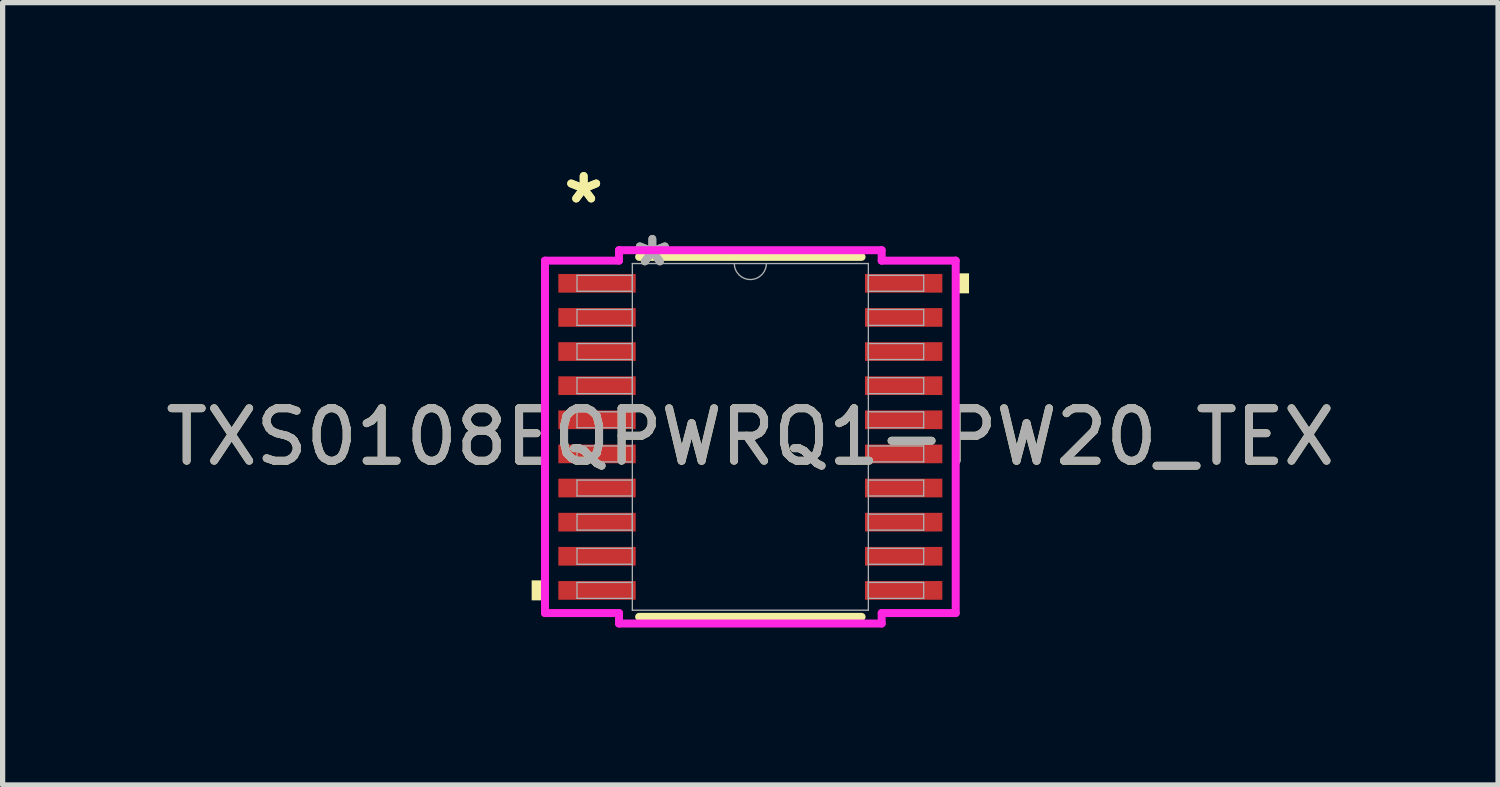
<source format=kicad_pcb>
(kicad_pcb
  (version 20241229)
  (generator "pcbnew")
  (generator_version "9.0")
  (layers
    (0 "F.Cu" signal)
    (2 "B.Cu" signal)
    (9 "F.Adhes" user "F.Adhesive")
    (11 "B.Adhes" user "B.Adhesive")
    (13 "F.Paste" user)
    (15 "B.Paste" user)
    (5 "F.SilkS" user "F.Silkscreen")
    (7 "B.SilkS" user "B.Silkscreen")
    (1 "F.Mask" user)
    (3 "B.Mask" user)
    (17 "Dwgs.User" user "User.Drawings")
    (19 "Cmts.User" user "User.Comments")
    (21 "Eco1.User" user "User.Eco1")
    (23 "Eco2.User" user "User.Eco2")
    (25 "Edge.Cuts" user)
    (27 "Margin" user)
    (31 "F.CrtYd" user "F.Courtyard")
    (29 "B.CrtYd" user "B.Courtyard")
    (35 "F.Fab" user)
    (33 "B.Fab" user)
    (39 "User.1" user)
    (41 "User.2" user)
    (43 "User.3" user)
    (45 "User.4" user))
  (footprint "TXS0108EQPWRQ1-PW20_TEX"
    (layer "F.Cu")
    (at 11.244 5.272)
    (property "Reference" "TXS0108EQPWRQ1-PW20_TEX" (at 0 0 0) (unlocked yes) (layer "F.SilkS") (effects (font (size 1 1) (thickness 0.15))))
    (attr smd)
    (fp_line (start -2.119 3.429) (end 2.119 3.429) (stroke (width 0.152) (type solid)) (layer "F.SilkS"))
    (fp_line (start 2.119 -3.429) (end -2.119 -3.429) (stroke (width 0.152) (type solid)) (layer "F.SilkS"))
    (fp_poly (pts (xy -4.166 2.734) (xy -4.166 3.115) (xy -3.912 3.115) (xy -3.912 2.734)) (stroke (width 0) (type solid)) (fill yes) (layer "F.SilkS"))
    (fp_poly (pts (xy 4.166 -3.115) (xy 4.166 -2.734) (xy 3.912 -2.734) (xy 3.912 -3.115)) (stroke (width 0) (type solid)) (fill yes) (layer "F.SilkS"))
    (fp_line (start -3.912 -3.357) (end -2.502 -3.357) (stroke (width 0.152) (type solid)) (layer "F.CrtYd"))
    (fp_line (start -3.912 3.357) (end -3.912 -3.357) (stroke (width 0.152) (type solid)) (layer "F.CrtYd"))
    (fp_line (start -3.912 3.357) (end -2.502 3.357) (stroke (width 0.152) (type solid)) (layer "F.CrtYd"))
    (fp_line (start -2.502 -3.556) (end 2.502 -3.556) (stroke (width 0.152) (type solid)) (layer "F.CrtYd"))
    (fp_line (start -2.502 -3.357) (end -2.502 -3.556) (stroke (width 0.152) (type solid)) (layer "F.CrtYd"))
    (fp_line (start -2.502 3.556) (end -2.502 3.357) (stroke (width 0.152) (type solid)) (layer "F.CrtYd"))
    (fp_line (start 2.502 -3.556) (end 2.502 -3.357) (stroke (width 0.152) (type solid)) (layer "F.CrtYd"))
    (fp_line (start 2.502 3.357) (end 2.502 3.556) (stroke (width 0.152) (type solid)) (layer "F.CrtYd"))
    (fp_line (start 2.502 3.556) (end -2.502 3.556) (stroke (width 0.152) (type solid)) (layer "F.CrtYd"))
    (fp_line (start 3.912 -3.357) (end 2.502 -3.357) (stroke (width 0.152) (type solid)) (layer "F.CrtYd"))
    (fp_line (start 3.912 -3.357) (end 3.912 3.357) (stroke (width 0.152) (type solid)) (layer "F.CrtYd"))
    (fp_line (start 3.912 3.357) (end 2.502 3.357) (stroke (width 0.152) (type solid)) (layer "F.CrtYd"))
    (fp_line (start -3.302 -3.077) (end -3.302 -2.773) (stroke (width 0.025) (type solid)) (layer "F.Fab"))
    (fp_line (start -3.302 -2.773) (end -2.248 -2.773) (stroke (width 0.025) (type solid)) (layer "F.Fab"))
    (fp_line (start -3.302 -2.427) (end -3.302 -2.123) (stroke (width 0.025) (type solid)) (layer "F.Fab"))
    (fp_line (start -3.302 -2.123) (end -2.248 -2.123) (stroke (width 0.025) (type solid)) (layer "F.Fab"))
    (fp_line (start -3.302 -1.777) (end -3.302 -1.473) (stroke (width 0.025) (type solid)) (layer "F.Fab"))
    (fp_line (start -3.302 -1.473) (end -2.248 -1.473) (stroke (width 0.025) (type solid)) (layer "F.Fab"))
    (fp_line (start -3.302 -1.127) (end -3.302 -0.823) (stroke (width 0.025) (type solid)) (layer "F.Fab"))
    (fp_line (start -3.302 -0.823) (end -2.248 -0.823) (stroke (width 0.025) (type solid)) (layer "F.Fab"))
    (fp_line (start -3.302 -0.477) (end -3.302 -0.173) (stroke (width 0.025) (type solid)) (layer "F.Fab"))
    (fp_line (start -3.302 -0.173) (end -2.248 -0.173) (stroke (width 0.025) (type solid)) (layer "F.Fab"))
    (fp_line (start -3.302 0.173) (end -3.302 0.477) (stroke (width 0.025) (type solid)) (layer "F.Fab"))
    (fp_line (start -3.302 0.477) (end -2.248 0.477) (stroke (width 0.025) (type solid)) (layer "F.Fab"))
    (fp_line (start -3.302 0.823) (end -3.302 1.127) (stroke (width 0.025) (type solid)) (layer "F.Fab"))
    (fp_line (start -3.302 1.127) (end -2.248 1.127) (stroke (width 0.025) (type solid)) (layer "F.Fab"))
    (fp_line (start -3.302 1.473) (end -3.302 1.777) (stroke (width 0.025) (type solid)) (layer "F.Fab"))
    (fp_line (start -3.302 1.777) (end -2.248 1.777) (stroke (width 0.025) (type solid)) (layer "F.Fab"))
    (fp_line (start -3.302 2.123) (end -3.302 2.427) (stroke (width 0.025) (type solid)) (layer "F.Fab"))
    (fp_line (start -3.302 2.427) (end -2.248 2.427) (stroke (width 0.025) (type solid)) (layer "F.Fab"))
    (fp_line (start -3.302 2.773) (end -3.302 3.077) (stroke (width 0.025) (type solid)) (layer "F.Fab"))
    (fp_line (start -3.302 3.077) (end -2.248 3.077) (stroke (width 0.025) (type solid)) (layer "F.Fab"))
    (fp_line (start -2.248 -3.302) (end -2.248 3.302) (stroke (width 0.025) (type solid)) (layer "F.Fab"))
    (fp_line (start -2.248 -3.077) (end -3.302 -3.077) (stroke (width 0.025) (type solid)) (layer "F.Fab"))
    (fp_line (start -2.248 -2.773) (end -2.248 -3.077) (stroke (width 0.025) (type solid)) (layer "F.Fab"))
    (fp_line (start -2.248 -2.427) (end -3.302 -2.427) (stroke (width 0.025) (type solid)) (layer "F.Fab"))
    (fp_line (start -2.248 -2.123) (end -2.248 -2.427) (stroke (width 0.025) (type solid)) (layer "F.Fab"))
    (fp_line (start -2.248 -1.777) (end -3.302 -1.777) (stroke (width 0.025) (type solid)) (layer "F.Fab"))
    (fp_line (start -2.248 -1.473) (end -2.248 -1.777) (stroke (width 0.025) (type solid)) (layer "F.Fab"))
    (fp_line (start -2.248 -1.127) (end -3.302 -1.127) (stroke (width 0.025) (type solid)) (layer "F.Fab"))
    (fp_line (start -2.248 -0.823) (end -2.248 -1.127) (stroke (width 0.025) (type solid)) (layer "F.Fab"))
    (fp_line (start -2.248 -0.477) (end -3.302 -0.477) (stroke (width 0.025) (type solid)) (layer "F.Fab"))
    (fp_line (start -2.248 -0.173) (end -2.248 -0.477) (stroke (width 0.025) (type solid)) (layer "F.Fab"))
    (fp_line (start -2.248 0.173) (end -3.302 0.173) (stroke (width 0.025) (type solid)) (layer "F.Fab"))
    (fp_line (start -2.248 0.477) (end -2.248 0.173) (stroke (width 0.025) (type solid)) (layer "F.Fab"))
    (fp_line (start -2.248 0.823) (end -3.302 0.823) (stroke (width 0.025) (type solid)) (layer "F.Fab"))
    (fp_line (start -2.248 1.127) (end -2.248 0.823) (stroke (width 0.025) (type solid)) (layer "F.Fab"))
    (fp_line (start -2.248 1.473) (end -3.302 1.473) (stroke (width 0.025) (type solid)) (layer "F.Fab"))
    (fp_line (start -2.248 1.777) (end -2.248 1.473) (stroke (width 0.025) (type solid)) (layer "F.Fab"))
    (fp_line (start -2.248 2.123) (end -3.302 2.123) (stroke (width 0.025) (type solid)) (layer "F.Fab"))
    (fp_line (start -2.248 2.427) (end -2.248 2.123) (stroke (width 0.025) (type solid)) (layer "F.Fab"))
    (fp_line (start -2.248 2.773) (end -3.302 2.773) (stroke (width 0.025) (type solid)) (layer "F.Fab"))
    (fp_line (start -2.248 3.077) (end -2.248 2.773) (stroke (width 0.025) (type solid)) (layer "F.Fab"))
    (fp_line (start -2.248 3.302) (end 2.248 3.302) (stroke (width 0.025) (type solid)) (layer "F.Fab"))
    (fp_line (start 2.248 -3.302) (end -2.248 -3.302) (stroke (width 0.025) (type solid)) (layer "F.Fab"))
    (fp_line (start 2.248 -3.077) (end 2.248 -2.773) (stroke (width 0.025) (type solid)) (layer "F.Fab"))
    (fp_line (start 2.248 -2.773) (end 3.302 -2.773) (stroke (width 0.025) (type solid)) (layer "F.Fab"))
    (fp_line (start 2.248 -2.427) (end 2.248 -2.123) (stroke (width 0.025) (type solid)) (layer "F.Fab"))
    (fp_line (start 2.248 -2.123) (end 3.302 -2.123) (stroke (width 0.025) (type solid)) (layer "F.Fab"))
    (fp_line (start 2.248 -1.777) (end 2.248 -1.473) (stroke (width 0.025) (type solid)) (layer "F.Fab"))
    (fp_line (start 2.248 -1.473) (end 3.302 -1.473) (stroke (width 0.025) (type solid)) (layer "F.Fab"))
    (fp_line (start 2.248 -1.127) (end 2.248 -0.823) (stroke (width 0.025) (type solid)) (layer "F.Fab"))
    (fp_line (start 2.248 -0.823) (end 3.302 -0.823) (stroke (width 0.025) (type solid)) (layer "F.Fab"))
    (fp_line (start 2.248 -0.477) (end 2.248 -0.173) (stroke (width 0.025) (type solid)) (layer "F.Fab"))
    (fp_line (start 2.248 -0.173) (end 3.302 -0.173) (stroke (width 0.025) (type solid)) (layer "F.Fab"))
    (fp_line (start 2.248 0.173) (end 2.248 0.477) (stroke (width 0.025) (type solid)) (layer "F.Fab"))
    (fp_line (start 2.248 0.477) (end 3.302 0.477) (stroke (width 0.025) (type solid)) (layer "F.Fab"))
    (fp_line (start 2.248 0.823) (end 2.248 1.127) (stroke (width 0.025) (type solid)) (layer "F.Fab"))
    (fp_line (start 2.248 1.127) (end 3.302 1.127) (stroke (width 0.025) (type solid)) (layer "F.Fab"))
    (fp_line (start 2.248 1.473) (end 2.248 1.777) (stroke (width 0.025) (type solid)) (layer "F.Fab"))
    (fp_line (start 2.248 1.777) (end 3.302 1.777) (stroke (width 0.025) (type solid)) (layer "F.Fab"))
    (fp_line (start 2.248 2.123) (end 2.248 2.427) (stroke (width 0.025) (type solid)) (layer "F.Fab"))
    (fp_line (start 2.248 2.427) (end 3.302 2.427) (stroke (width 0.025) (type solid)) (layer "F.Fab"))
    (fp_line (start 2.248 2.773) (end 2.248 3.077) (stroke (width 0.025) (type solid)) (layer "F.Fab"))
    (fp_line (start 2.248 3.077) (end 3.302 3.077) (stroke (width 0.025) (type solid)) (layer "F.Fab"))
    (fp_line (start 2.248 3.302) (end 2.248 -3.302) (stroke (width 0.025) (type solid)) (layer "F.Fab"))
    (fp_line (start 3.302 -3.077) (end 2.248 -3.077) (stroke (width 0.025) (type solid)) (layer "F.Fab"))
    (fp_line (start 3.302 -2.773) (end 3.302 -3.077) (stroke (width 0.025) (type solid)) (layer "F.Fab"))
    (fp_line (start 3.302 -2.427) (end 2.248 -2.427) (stroke (width 0.025) (type solid)) (layer "F.Fab"))
    (fp_line (start 3.302 -2.123) (end 3.302 -2.427) (stroke (width 0.025) (type solid)) (layer "F.Fab"))
    (fp_line (start 3.302 -1.777) (end 2.248 -1.777) (stroke (width 0.025) (type solid)) (layer "F.Fab"))
    (fp_line (start 3.302 -1.473) (end 3.302 -1.777) (stroke (width 0.025) (type solid)) (layer "F.Fab"))
    (fp_line (start 3.302 -1.127) (end 2.248 -1.127) (stroke (width 0.025) (type solid)) (layer "F.Fab"))
    (fp_line (start 3.302 -0.823) (end 3.302 -1.127) (stroke (width 0.025) (type solid)) (layer "F.Fab"))
    (fp_line (start 3.302 -0.477) (end 2.248 -0.477) (stroke (width 0.025) (type solid)) (layer "F.Fab"))
    (fp_line (start 3.302 -0.173) (end 3.302 -0.477) (stroke (width 0.025) (type solid)) (layer "F.Fab"))
    (fp_line (start 3.302 0.173) (end 2.248 0.173) (stroke (width 0.025) (type solid)) (layer "F.Fab"))
    (fp_line (start 3.302 0.477) (end 3.302 0.173) (stroke (width 0.025) (type solid)) (layer "F.Fab"))
    (fp_line (start 3.302 0.823) (end 2.248 0.823) (stroke (width 0.025) (type solid)) (layer "F.Fab"))
    (fp_line (start 3.302 1.127) (end 3.302 0.823) (stroke (width 0.025) (type solid)) (layer "F.Fab"))
    (fp_line (start 3.302 1.473) (end 2.248 1.473) (stroke (width 0.025) (type solid)) (layer "F.Fab"))
    (fp_line (start 3.302 1.777) (end 3.302 1.473) (stroke (width 0.025) (type solid)) (layer "F.Fab"))
    (fp_line (start 3.302 2.123) (end 2.248 2.123) (stroke (width 0.025) (type solid)) (layer "F.Fab"))
    (fp_line (start 3.302 2.427) (end 3.302 2.123) (stroke (width 0.025) (type solid)) (layer "F.Fab"))
    (fp_line (start 3.302 2.773) (end 2.248 2.773) (stroke (width 0.025) (type solid)) (layer "F.Fab"))
    (fp_line (start 3.302 3.077) (end 3.302 2.773) (stroke (width 0.025) (type solid)) (layer "F.Fab"))
    (fp_arc (start 0.3048 -3.302) (mid 0 -2.9972) (end -0.3048 -3.302) (stroke (width 0.0254) (type solid)) (layer "F.Fab"))
    (fp_text user "*" (at -3.175 -4.424 0) (layer "F.SilkS") (effects (font (size 1 1) (thickness 0.15))))
    (fp_text user "*" (at -3.175 -4.424 0) (unlocked yes) (layer "F.SilkS") (effects (font (size 1 1) (thickness 0.15))))
    (fp_text user "*" (at -1.867 -3.226 0) (unlocked yes) (layer "F.Fab") (effects (font (size 1 1) (thickness 0.15))))
    (fp_text user "${REFERENCE}" (at 0 0 0) (unlocked yes) (layer "F.Fab") (effects (font (size 1 1) (thickness 0.15))))
    (fp_text user "*" (at -1.867 -3.226 0) (layer "F.Fab") (effects (font (size 1 1) (thickness 0.15))))
    (pad "1" smd rect (at -2.921 -2.925) (size 1.473 0.356) (layers "F.Cu" "F.Mask" "F.Paste"))
    (pad "2" smd rect (at -2.921 -2.275) (size 1.473 0.356) (layers "F.Cu" "F.Mask" "F.Paste"))
    (pad "3" smd rect (at -2.921 -1.625) (size 1.473 0.356) (layers "F.Cu" "F.Mask" "F.Paste"))
    (pad "4" smd rect (at -2.921 -0.975) (size 1.473 0.356) (layers "F.Cu" "F.Mask" "F.Paste"))
    (pad "5" smd rect (at -2.921 -0.325) (size 1.473 0.356) (layers "F.Cu" "F.Mask" "F.Paste"))
    (pad "6" smd rect (at -2.921 0.325) (size 1.473 0.356) (layers "F.Cu" "F.Mask" "F.Paste"))
    (pad "7" smd rect (at -2.921 0.975) (size 1.473 0.356) (layers "F.Cu" "F.Mask" "F.Paste"))
    (pad "8" smd rect (at -2.921 1.625) (size 1.473 0.356) (layers "F.Cu" "F.Mask" "F.Paste"))
    (pad "9" smd rect (at -2.921 2.275) (size 1.473 0.356) (layers "F.Cu" "F.Mask" "F.Paste"))
    (pad "10" smd rect (at -2.921 2.925) (size 1.473 0.356) (layers "F.Cu" "F.Mask" "F.Paste"))
    (pad "11" smd rect (at 2.921 2.925) (size 1.473 0.356) (layers "F.Cu" "F.Mask" "F.Paste"))
    (pad "12" smd rect (at 2.921 2.275) (size 1.473 0.356) (layers "F.Cu" "F.Mask" "F.Paste"))
    (pad "13" smd rect (at 2.921 1.625) (size 1.473 0.356) (layers "F.Cu" "F.Mask" "F.Paste"))
    (pad "14" smd rect (at 2.921 0.975) (size 1.473 0.356) (layers "F.Cu" "F.Mask" "F.Paste"))
    (pad "15" smd rect (at 2.921 0.325) (size 1.473 0.356) (layers "F.Cu" "F.Mask" "F.Paste"))
    (pad "16" smd rect (at 2.921 -0.325) (size 1.473 0.356) (layers "F.Cu" "F.Mask" "F.Paste"))
    (pad "17" smd rect (at 2.921 -0.975) (size 1.473 0.356) (layers "F.Cu" "F.Mask" "F.Paste"))
    (pad "18" smd rect (at 2.921 -1.625) (size 1.473 0.356) (layers "F.Cu" "F.Mask" "F.Paste"))
    (pad "19" smd rect (at 2.921 -2.275) (size 1.473 0.356) (layers "F.Cu" "F.Mask" "F.Paste"))
    (pad "20" smd rect (at 2.921 -2.925) (size 1.473 0.356) (layers "F.Cu" "F.Mask" "F.Paste")))
  (gr_rect
    (start -3 -3)
    (end 25.488 11.904)
    (stroke (width 0.1) (type default))
    (fill no)
    (layer "Edge.Cuts")))
</source>
